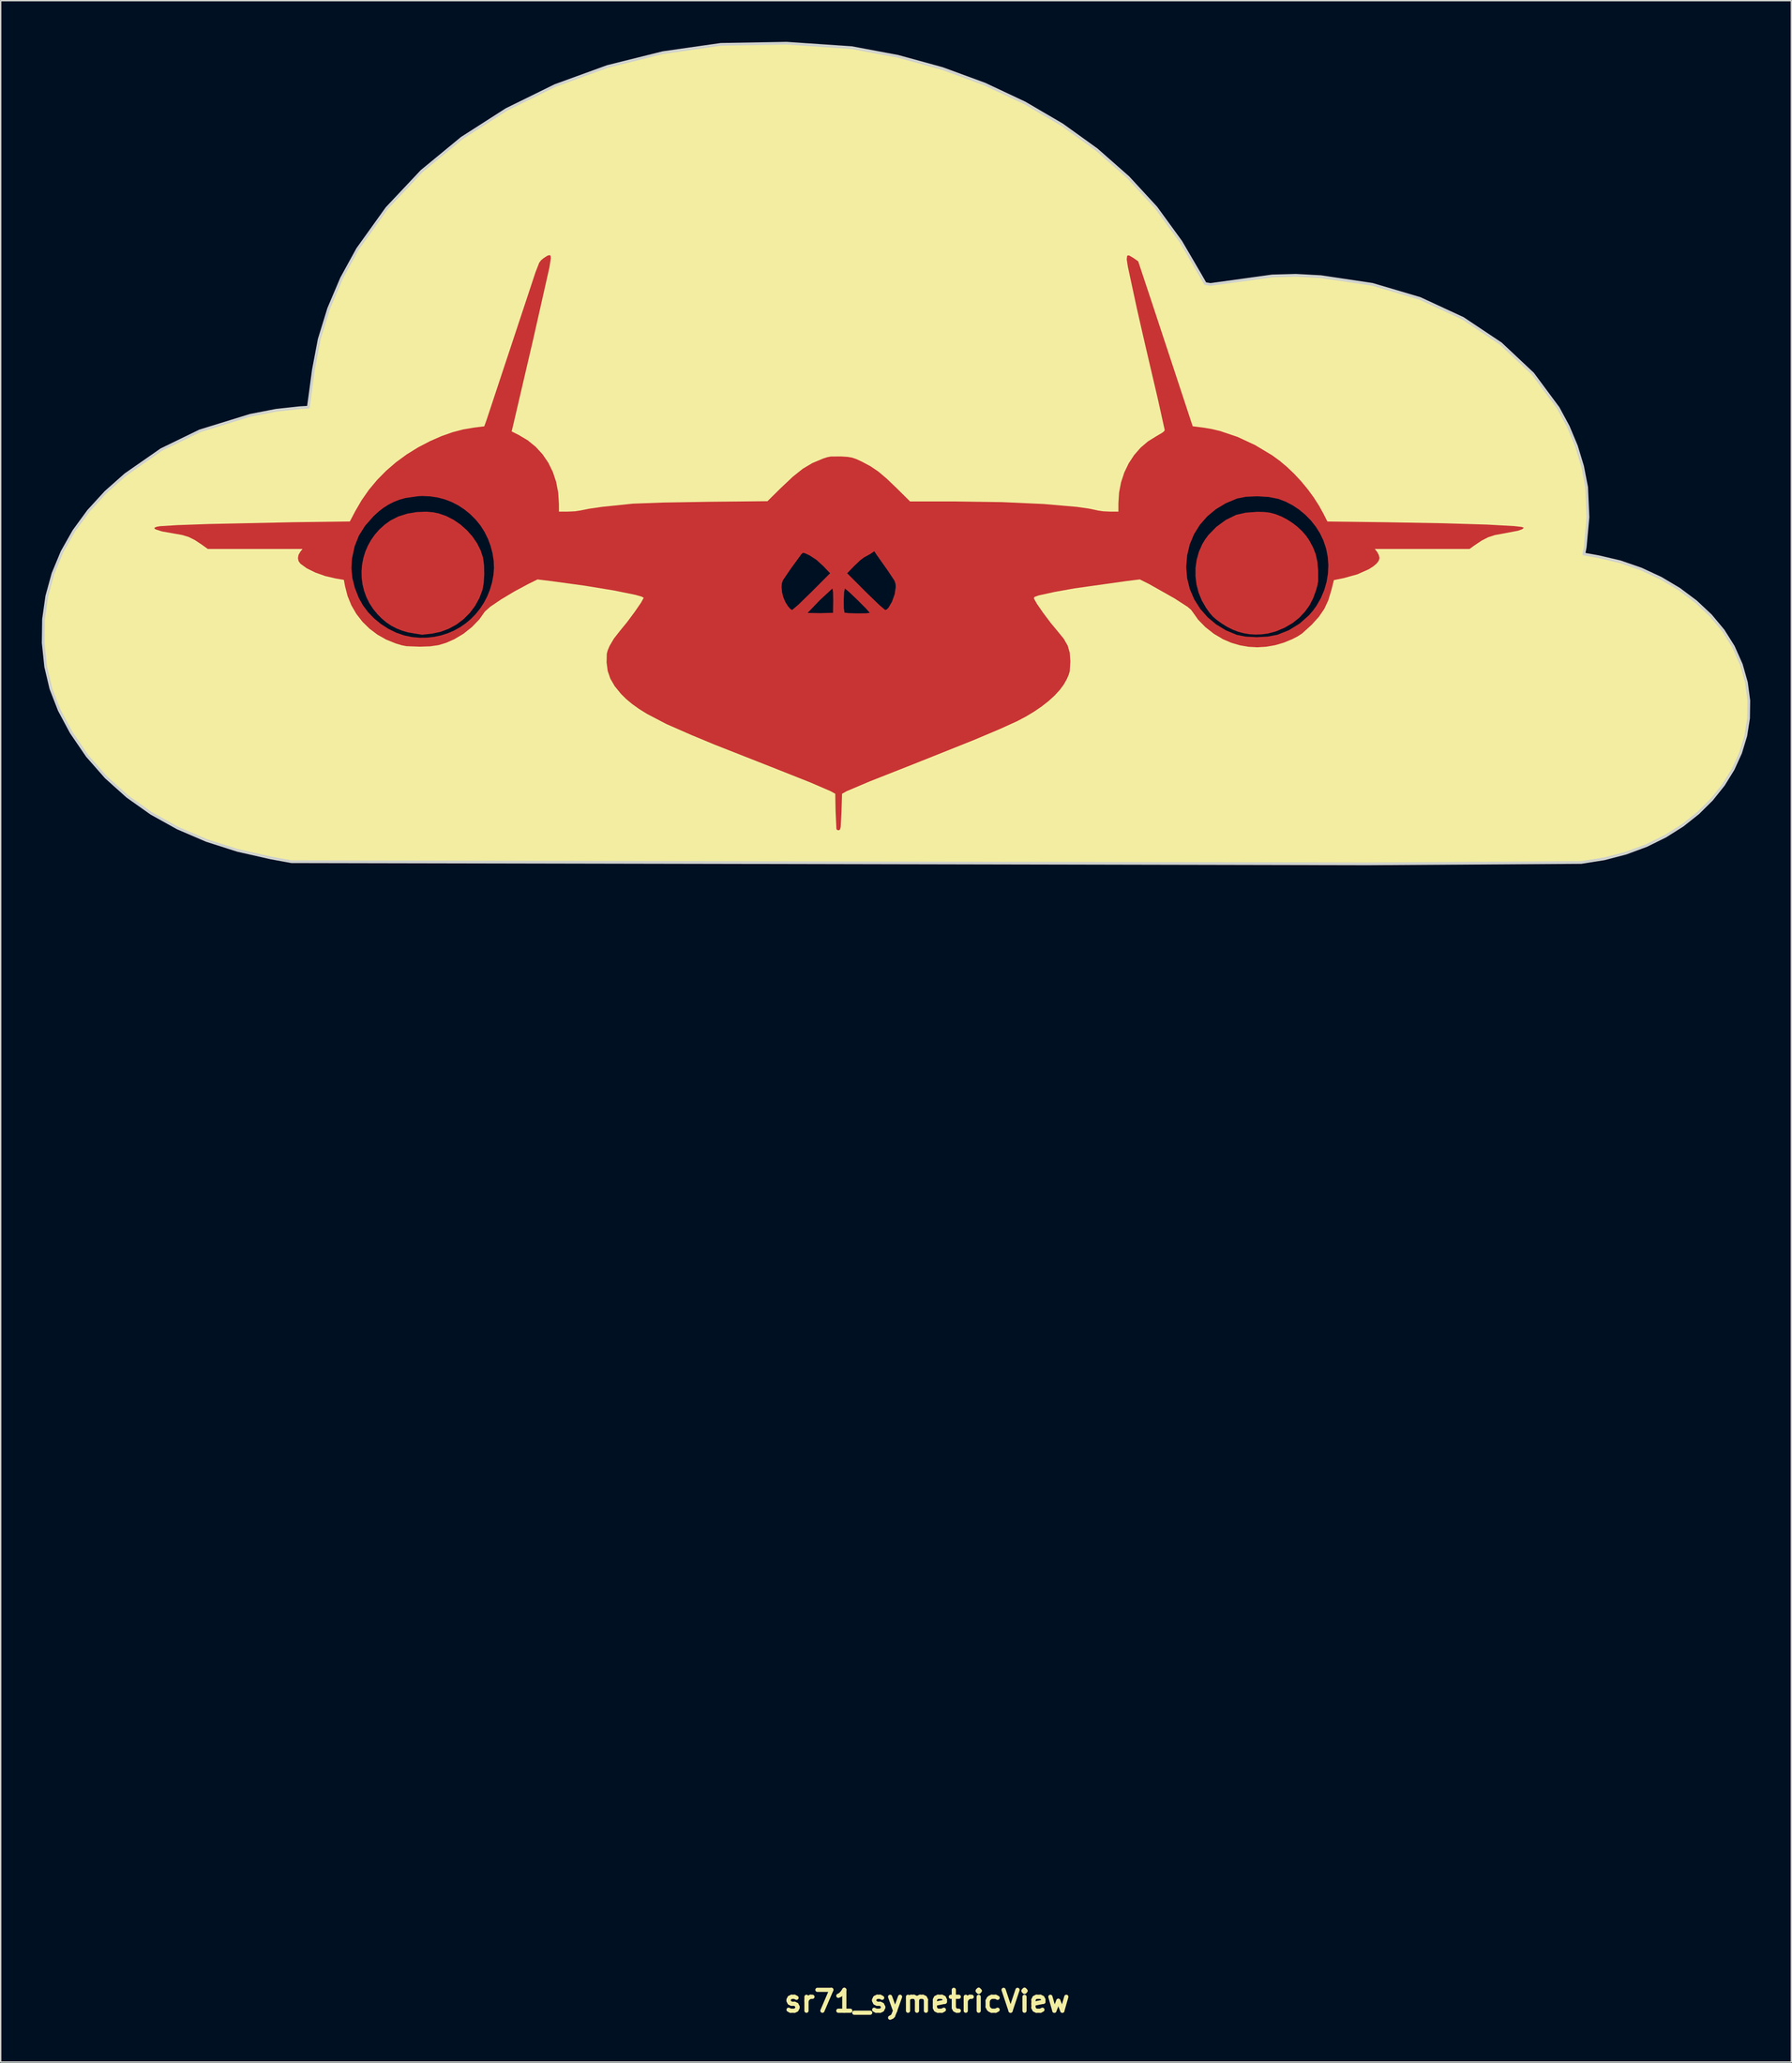
<source format=kicad_pcb>
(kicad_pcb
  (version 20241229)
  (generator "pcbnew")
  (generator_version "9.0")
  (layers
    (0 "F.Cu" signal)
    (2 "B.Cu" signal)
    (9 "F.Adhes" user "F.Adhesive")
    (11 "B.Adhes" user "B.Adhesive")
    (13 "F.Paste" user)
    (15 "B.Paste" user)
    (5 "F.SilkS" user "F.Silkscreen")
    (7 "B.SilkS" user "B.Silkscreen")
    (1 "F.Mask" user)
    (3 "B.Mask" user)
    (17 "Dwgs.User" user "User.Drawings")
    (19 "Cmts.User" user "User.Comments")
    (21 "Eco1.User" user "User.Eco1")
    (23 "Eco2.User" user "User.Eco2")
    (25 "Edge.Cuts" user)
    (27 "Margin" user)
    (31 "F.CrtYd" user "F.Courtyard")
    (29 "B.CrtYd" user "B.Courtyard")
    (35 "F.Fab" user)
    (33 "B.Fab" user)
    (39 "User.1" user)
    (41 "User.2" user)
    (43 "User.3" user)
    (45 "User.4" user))
  (footprint "sr71_symetricView"
    (layer "F.Cu")
    (at 64.521 34.069)
    (property "Reference" "sr71_symetricView" (at 0 108.725 0) (layer "F.SilkS") (effects (font (size 1.524 1.524) (thickness 0.305))))
    (attr exclude_from_pos_files exclude_from_bom)
    (fp_poly (pts (xy -36.484 0.171) (xy -37.187 0.196) (xy -37.883 0.314) (xy -38.534 0.52) (xy -39.103 0.809) (xy -39.527 1.113) (xy -39.905 1.455) (xy -40.238 1.829) (xy -40.522 2.232) (xy -40.759 2.658) (xy -40.948 3.104) (xy -41.087 3.564) (xy -41.177 4.035) (xy -41.217 4.513) (xy -41.206 4.992) (xy -41.144 5.469) (xy -41.029 5.939) (xy -40.863 6.397) (xy -40.643 6.84) (xy -40.369 7.262) (xy -40.041 7.66) (xy -39.722 7.977) (xy -39.391 8.251) (xy -39.04 8.485) (xy -38.666 8.68) (xy -38.263 8.841) (xy -37.824 8.969) (xy -36.822 9.137) (xy -36.081 9.06) (xy -36.081 9.059) (xy -35.449 8.924) (xy -34.849 8.698) (xy -34.29 8.39) (xy -33.78 8.006) (xy -33.326 7.553) (xy -32.939 7.039) (xy -32.626 6.471) (xy -32.396 5.857) (xy -32.307 5.36) (xy -32.269 4.722) (xy -32.284 4.073) (xy -32.353 3.544) (xy -32.527 3.003) (xy -32.79 2.478) (xy -33.13 1.98) (xy -33.537 1.521) (xy -33.999 1.111) (xy -34.505 0.763) (xy -35.044 0.486) (xy -35.604 0.293) (xy -36.032 0.209) (xy -36.484 0.171)) (stroke (width 0) (type solid)) (fill yes) (layer "F.Cu"))
    (fp_poly (pts (xy 24.095 0.179) (xy 23.232 0.243) (xy 22.544 0.4) (xy 21.79 0.77) (xy 21.105 1.269) (xy 20.521 1.866) (xy 20.278 2.194) (xy 20.072 2.535) (xy 19.827 3.088) (xy 19.664 3.669) (xy 19.579 4.268) (xy 19.576 4.875) (xy 19.651 5.479) (xy 19.804 6.07) (xy 20.035 6.638) (xy 20.344 7.173) (xy 20.603 7.538) (xy 20.835 7.806) (xy 21.105 8.042) (xy 21.481 8.312) (xy 21.87 8.556) (xy 22.264 8.756) (xy 22.667 8.914) (xy 23.078 9.027) (xy 23.498 9.098) (xy 23.928 9.126) (xy 24.371 9.113) (xy 24.827 9.057) (xy 25.437 8.896) (xy 26.07 8.628) (xy 26.661 8.284) (xy 27.146 7.897) (xy 27.56 7.453) (xy 27.886 7.002) (xy 28.142 6.512) (xy 28.349 5.953) (xy 28.461 5.563) (xy 28.519 5.242) (xy 28.518 4.427) (xy 28.46 3.804) (xy 28.344 3.276) (xy 28.151 2.778) (xy 27.864 2.247) (xy 27.625 1.904) (xy 27.335 1.574) (xy 27.003 1.265) (xy 26.636 0.982) (xy 26.246 0.732) (xy 25.84 0.521) (xy 25.429 0.357) (xy 25.02 0.245) (xy 24.596 0.191) (xy 24.095 0.179)) (stroke (width 0) (type solid)) (fill yes) (layer "F.Cu"))
    (fp_poly (pts (xy -10.232 -33.969) (xy -15.022 -33.885) (xy -19.247 -33.281) (xy -23.286 -32.274) (xy -27.101 -30.886) (xy -30.656 -29.139) (xy -33.911 -27.053) (xy -36.829 -24.65) (xy -39.372 -21.951) (xy -41.502 -18.978) (xy -42.672 -16.846) (xy -43.61 -14.638) (xy -44.3 -12.399) (xy -44.724 -10.174) (xy -44.991 -8.179) (xy -45.094 -7.443) (xy -45.706 -7.408) (xy -47.444 -7.219) (xy -49.326 -6.854) (xy -53.001 -5.719) (xy -55.814 -4.352) (xy -58.42 -2.54) (xy -59.867 -1.258) (xy -61.124 0.114) (xy -62.186 1.567) (xy -63.049 3.092) (xy -63.708 4.68) (xy -64.159 6.321) (xy -64.398 8.008) (xy -64.421 9.731) (xy -64.239 11.471) (xy -63.859 13.073) (xy -63.251 14.636) (xy -62.381 16.26) (xy -61.211 17.972) (xy -59.843 19.528) (xy -58.283 20.926) (xy -56.538 22.161) (xy -54.613 23.231) (xy -52.514 24.13) (xy -50.247 24.855) (xy -47.818 25.404) (xy -46.319 25.678) (xy -36.982 25.696) (xy -36.982 9.356) (xy -37.525 9.309) (xy -38.121 9.184) (xy -38.709 8.978) (xy -39.274 8.698) (xy -39.808 8.352) (xy -40.299 7.948) (xy -40.737 7.495) (xy -41.11 6.999) (xy -41.408 6.469) (xy -41.702 5.731) (xy -41.884 5.004) (xy -41.953 4.289) (xy -41.91 3.586) (xy -41.72 2.698) (xy -41.41 1.917) (xy -40.956 1.198) (xy -40.336 0.496) (xy -39.986 0.174) (xy -39.625 -0.106) (xy -39.251 -0.344) (xy -38.859 -0.543) (xy -38.45 -0.702) (xy -38.019 -0.824) (xy -37.084 -0.958) (xy -36.782 -0.97) (xy -36.226 -0.947) (xy -35.686 -0.867) (xy -35.163 -0.731) (xy -34.66 -0.54) (xy -34.179 -0.295) (xy -33.721 0.005) (xy -33.289 0.356) (xy -32.886 0.76) (xy -32.543 1.185) (xy -32.247 1.652) (xy -32 2.152) (xy -31.806 2.675) (xy -31.666 3.211) (xy -31.583 3.752) (xy -31.562 4.29) (xy -31.605 4.813) (xy -31.71 5.353) (xy -31.862 5.867) (xy -32.06 6.354) (xy -32.3 6.812) (xy -32.58 7.239) (xy -32.896 7.632) (xy -33.248 7.991) (xy -33.631 8.312) (xy -34.043 8.595) (xy -34.481 8.836) (xy -34.944 9.034) (xy -35.428 9.187) (xy -35.93 9.293) (xy -36.449 9.35) (xy -36.982 9.356) (xy -36.982 25.696) (xy -14.241 25.739) (xy -14.241 25.74) (xy -14.24 25.74) (xy -9.828 25.749) (xy -9.828 7.335) (xy -9.956 7.256) (xy -10.125 7.067) (xy -10.324 6.746) (xy -10.472 6.395) (xy -10.563 6.031) (xy -10.593 5.665) (xy -10.577 5.404) (xy -10.496 5.165) (xy -9.926 4.327) (xy -9.151 3.267) (xy -9.04 3.169) (xy -8.879 3.203) (xy -8.552 3.358) (xy -8.059 3.679) (xy -7.561 4.13) (xy -7.06 4.657) (xy -8.394 5.996) (xy -9.366 6.942) (xy -9.828 7.335) (xy -9.828 25.749) (xy -7.773 25.753) (xy -7.773 7.564) (xy -8.7 7.549) (xy -7.822 6.632) (xy -6.89 5.769) (xy -6.844 6.03) (xy -6.832 6.655) (xy -6.846 7.541) (xy -7.773 7.564) (xy -7.773 25.753) (xy -5.065 25.759) (xy -5.065 7.581) (xy -5.695 7.564) (xy -6.009 7.527) (xy -6.056 7.213) (xy -6.063 6.613) (xy -6.037 6.031) (xy -5.979 5.769) (xy -5.661 6.035) (xy -5.043 6.624) (xy -4.44 7.229) (xy -4.169 7.541) (xy -4.447 7.574) (xy -5.065 7.581) (xy -5.065 25.759) (xy -3.041 25.763) (xy -3.041 7.335) (xy -3.504 6.942) (xy -4.478 5.996) (xy -5.814 4.657) (xy -5.279 4.106) (xy -4.855 3.703) (xy -4.586 3.505) (xy -4.133 3.255) (xy -3.838 3.055) (xy -3.653 3.334) (xy -2.871 4.439) (xy -2.369 5.196) (xy -2.291 5.422) (xy -2.274 5.658) (xy -2.353 6.187) (xy -2.549 6.733) (xy -2.799 7.162) (xy -2.925 7.289) (xy -3.041 7.335) (xy -3.041 25.763) (xy 24.041 25.818) (xy 24.041 9.316) (xy 23.234 9.274) (xy 22.583 9.145) (xy 22.583 9.145) (xy 21.793 8.816) (xy 21.079 8.38) (xy 20.45 7.851) (xy 19.915 7.238) (xy 19.484 6.556) (xy 19.166 5.814) (xy 18.969 5.027) (xy 18.902 4.205) (xy 18.969 3.355) (xy 19.16 2.553) (xy 19.471 1.809) (xy 19.896 1.128) (xy 20.427 0.52) (xy 21.061 -0.007) (xy 21.79 -0.446) (xy 22.609 -0.788) (xy 23.257 -0.915) (xy 24.078 -0.952) (xy 24.916 -0.9) (xy 25.618 -0.761) (xy 26.15 -0.558) (xy 26.659 -0.293) (xy 27.141 0.028) (xy 27.588 0.4) (xy 27.994 0.817) (xy 28.354 1.273) (xy 28.659 1.761) (xy 28.904 2.276) (xy 29.098 2.859) (xy 29.217 3.46) (xy 29.262 4.071) (xy 29.233 4.685) (xy 29.132 5.294) (xy 28.959 5.891) (xy 28.715 6.469) (xy 28.401 7.019) (xy 28.138 7.384) (xy 27.844 7.724) (xy 27.171 8.322) (xy 26.399 8.798) (xy 25.545 9.14) (xy 24.859 9.271) (xy 24.041 9.316) (xy 24.041 25.818) (xy 32.155 25.835) (xy 47.697 25.734) (xy 49.382 25.467) (xy 50.971 25.051) (xy 51.147 24.985) (xy 51.147 18.825) (xy 41.147 18.825) (xy 41.147 13.824) (xy 51.147 13.824) (xy 51.147 18.825) (xy 51.147 24.985) (xy 52.459 24.498) (xy 53.835 23.819) (xy 55.092 23.025) (xy 56.223 22.129) (xy 57.218 21.142) (xy 58.072 20.074) (xy 58.773 18.937) (xy 59.316 17.742) (xy 59.693 16.502) (xy 59.894 15.227) (xy 59.912 13.928) (xy 59.739 12.617) (xy 59.368 11.306) (xy 58.789 10.005) (xy 58.053 8.833) (xy 57.137 7.735) (xy 56.06 6.725) (xy 54.843 5.815) (xy 53.507 5.02) (xy 52.07 4.352) (xy 50.555 3.826) (xy 48.981 3.455) (xy 47.89 3.258) (xy 47.986 2.753) (xy 48.188 0.569) (xy 48.091 -1.616) (xy 47.794 -3.142) (xy 47.346 -4.615) (xy 46.753 -6.031) (xy 46.022 -7.385) (xy 44.169 -9.885) (xy 41.837 -12.075) (xy 39.076 -13.918) (xy 35.935 -15.372) (xy 32.464 -16.398) (xy 28.714 -16.958) (xy 26.885 -17.055) (xy 25.164 -17.009) (xy 20.67 -16.387) (xy 20.29 -16.451) (xy 19.922 -17.095) (xy 18.516 -19.501) (xy 16.705 -21.992) (xy 14.668 -24.199) (xy 12.38 -26.213) (xy 9.859 -28.025) (xy 7.128 -29.622) (xy 4.207 -30.993) (xy 1.115 -32.128) (xy -2.124 -33.017) (xy -5.491 -33.647) (xy -10.232 -33.969)) (stroke (width 0) (type solid)) (fill yes) (layer "F.Cu"))
    (fp_poly (pts (xy -8.7 7.549) (xy -7.822 6.632) (xy -6.89 5.769) (xy -6.833 6.655) (xy -6.846 7.541) (xy -7.773 7.564) (xy -8.7 7.549) (xy -8.7 7.549)) (stroke (width 0) (type solid)) (fill yes) (layer "F.Mask"))
    (fp_poly (pts (xy -6.009 7.527) (xy -6.064 6.614) (xy -5.979 5.769) (xy -5.043 6.625) (xy -4.169 7.541) (xy -5.065 7.581) (xy -6.009 7.527) (xy -6.009 7.527)) (stroke (width 0) (type solid)) (fill yes) (layer "F.Mask"))
    (fp_poly (pts (xy -10.125 7.067) (xy -10.471 6.396) (xy -10.594 5.665) (xy -10.496 5.165) (xy -9.926 4.327) (xy -9.151 3.267) (xy -8.552 3.358) (xy -7.561 4.13) (xy -7.06 4.657) (xy -8.394 5.996) (xy -9.366 6.941) (xy -9.828 7.335) (xy -10.125 7.067) (xy -10.125 7.067)) (stroke (width 0) (type solid)) (fill yes) (layer "F.Mask"))
    (fp_poly (pts (xy -4.477 5.996) (xy -5.814 4.657) (xy -5.279 4.106) (xy -4.586 3.505) (xy -4.133 3.255) (xy -3.839 3.055) (xy -3.653 3.334) (xy -3.347 3.774) (xy -2.871 4.439) (xy -2.369 5.196) (xy -2.274 5.658) (xy -2.549 6.733) (xy -3.041 7.335) (xy -3.504 6.941) (xy -4.477 5.996)) (stroke (width 0) (type solid)) (fill yes) (layer "F.Mask"))
    (fp_poly (pts (xy 24.078 -0.952) (xy 23.257 -0.915) (xy 22.609 -0.788) (xy 21.79 -0.445) (xy 21.061 -0.007) (xy 20.427 0.52) (xy 19.896 1.128) (xy 19.471 1.809) (xy 19.16 2.553) (xy 18.969 3.355) (xy 18.902 4.205) (xy 18.969 5.027) (xy 19.166 5.814) (xy 19.484 6.555) (xy 19.915 7.238) (xy 20.449 7.85) (xy 21.078 8.38) (xy 21.793 8.816) (xy 22.583 9.145) (xy 22.583 9.145) (xy 23.235 9.274) (xy 23.929 9.31) (xy 23.929 9.127) (xy 23.498 9.098) (xy 23.078 9.027) (xy 22.667 8.913) (xy 22.265 8.756) (xy 21.87 8.556) (xy 21.481 8.312) (xy 21.105 8.042) (xy 20.835 7.806) (xy 20.603 7.538) (xy 20.344 7.173) (xy 20.035 6.638) (xy 19.804 6.07) (xy 19.65 5.479) (xy 19.576 4.875) (xy 19.58 4.268) (xy 19.663 3.669) (xy 19.827 3.088) (xy 20.072 2.535) (xy 20.278 2.194) (xy 20.521 1.867) (xy 21.105 1.269) (xy 21.79 0.77) (xy 22.544 0.4) (xy 23.232 0.243) (xy 24.095 0.179) (xy 24.095 0.179) (xy 24.596 0.191) (xy 25.02 0.245) (xy 25.428 0.357) (xy 25.84 0.522) (xy 26.246 0.732) (xy 26.636 0.982) (xy 27.003 1.265) (xy 27.335 1.574) (xy 27.625 1.904) (xy 27.864 2.247) (xy 28.151 2.777) (xy 28.344 3.275) (xy 28.46 3.804) (xy 28.518 4.427) (xy 28.519 5.242) (xy 28.461 5.563) (xy 28.349 5.953) (xy 28.142 6.512) (xy 27.886 7.002) (xy 27.56 7.452) (xy 27.146 7.897) (xy 26.661 8.284) (xy 26.07 8.628) (xy 25.437 8.896) (xy 24.827 9.057) (xy 24.371 9.113) (xy 23.929 9.127) (xy 23.929 9.31) (xy 24.041 9.316) (xy 24.859 9.271) (xy 25.545 9.14) (xy 26.399 8.798) (xy 27.171 8.322) (xy 27.844 7.725) (xy 28.138 7.385) (xy 28.401 7.019) (xy 28.715 6.469) (xy 28.959 5.891) (xy 29.132 5.294) (xy 29.233 4.685) (xy 29.262 4.071) (xy 29.217 3.46) (xy 29.098 2.859) (xy 28.904 2.276) (xy 28.659 1.761) (xy 28.353 1.272) (xy 27.994 0.817) (xy 27.588 0.4) (xy 27.141 0.028) (xy 26.659 -0.293) (xy 26.15 -0.558) (xy 25.618 -0.761) (xy 24.916 -0.9) (xy 24.078 -0.952) (xy 24.078 -0.952)) (stroke (width 0) (type solid)) (fill yes) (layer "F.Mask"))
    (fp_poly (pts (xy -36.782 -0.97) (xy -37.084 -0.958) (xy -38.019 -0.824) (xy -38.45 -0.702) (xy -38.859 -0.543) (xy -39.251 -0.344) (xy -39.625 -0.106) (xy -39.987 0.174) (xy -40.336 0.496) (xy -40.956 1.198) (xy -41.41 1.917) (xy -41.72 2.698) (xy -41.91 3.586) (xy -41.953 4.289) (xy -41.884 5.004) (xy -41.702 5.731) (xy -41.408 6.469) (xy -41.11 6.999) (xy -40.737 7.494) (xy -40.299 7.948) (xy -39.808 8.352) (xy -39.274 8.698) (xy -38.709 8.978) (xy -38.122 9.184) (xy -37.525 9.309) (xy -36.982 9.356) (xy -36.822 9.354) (xy -36.822 9.137) (xy -37.824 8.97) (xy -38.263 8.842) (xy -38.666 8.681) (xy -39.04 8.485) (xy -39.391 8.251) (xy -39.722 7.977) (xy -40.041 7.66) (xy -40.369 7.262) (xy -40.643 6.84) (xy -40.863 6.397) (xy -41.03 5.939) (xy -41.144 5.469) (xy -41.206 4.992) (xy -41.217 4.513) (xy -41.177 4.036) (xy -41.087 3.564) (xy -40.948 3.104) (xy -40.759 2.658) (xy -40.522 2.232) (xy -40.237 1.829) (xy -39.906 1.455) (xy -39.527 1.113) (xy -39.103 0.809) (xy -38.535 0.521) (xy -37.883 0.314) (xy -37.187 0.196) (xy -36.484 0.171) (xy -36.484 0.171) (xy -36.484 0.171) (xy -36.032 0.209) (xy -35.604 0.293) (xy -35.044 0.486) (xy -34.505 0.763) (xy -33.999 1.111) (xy -33.537 1.521) (xy -33.13 1.98) (xy -32.79 2.478) (xy -32.527 3.003) (xy -32.353 3.544) (xy -32.284 4.073) (xy -32.269 4.722) (xy -32.307 5.36) (xy -32.396 5.857) (xy -32.626 6.472) (xy -32.939 7.039) (xy -33.327 7.553) (xy -33.78 8.006) (xy -34.29 8.39) (xy -34.849 8.698) (xy -35.449 8.924) (xy -36.081 9.059) (xy -36.081 9.06) (xy -36.822 9.137) (xy -36.822 9.354) (xy -36.449 9.35) (xy -35.931 9.293) (xy -35.428 9.187) (xy -34.944 9.034) (xy -34.481 8.836) (xy -34.043 8.595) (xy -33.631 8.312) (xy -33.248 7.991) (xy -32.897 7.632) (xy -32.58 7.239) (xy -32.3 6.812) (xy -32.06 6.354) (xy -31.863 5.867) (xy -31.71 5.353) (xy -31.605 4.813) (xy -31.562 4.289) (xy -31.583 3.752) (xy -31.666 3.211) (xy -31.805 2.675) (xy -32 2.152) (xy -32.247 1.653) (xy -32.543 1.185) (xy -32.886 0.76) (xy -33.289 0.356) (xy -33.721 0.004) (xy -34.179 -0.294) (xy -34.66 -0.54) (xy -35.163 -0.731) (xy -35.686 -0.867) (xy -36.226 -0.947) (xy -36.782 -0.97) (xy -36.782 -0.97) (xy -36.782 -0.97)) (stroke (width 0) (type solid)) (fill yes) (layer "F.Mask"))
    (fp_poly (pts (xy -10.232 -33.969) (xy -15.022 -33.885) (xy -19.247 -33.281) (xy -23.286 -32.274) (xy -27.101 -30.886) (xy -30.656 -29.139) (xy -33.911 -27.053) (xy -36.829 -24.65) (xy -39.372 -21.951) (xy -41.502 -18.978) (xy -42.672 -16.846) (xy -43.61 -14.638) (xy -44.3 -12.399) (xy -44.724 -10.174) (xy -44.991 -8.179) (xy -45.094 -7.443) (xy -45.706 -7.408) (xy -47.444 -7.219) (xy -49.326 -6.854) (xy -53.001 -5.719) (xy -55.814 -4.352) (xy -58.42 -2.54) (xy -59.867 -1.258) (xy -61.124 0.114) (xy -62.186 1.567) (xy -63.049 3.092) (xy -63.708 4.68) (xy -64.159 6.321) (xy -64.398 8.008) (xy -64.421 9.731) (xy -64.239 11.471) (xy -63.859 13.073) (xy -63.251 14.636) (xy -62.381 16.26) (xy -61.211 17.972) (xy -59.843 19.528) (xy -58.283 20.926) (xy -56.538 22.161) (xy -54.613 23.231) (xy -52.514 24.13) (xy -50.247 24.855) (xy -47.818 25.404) (xy -46.319 25.678) (xy -14.241 25.739) (xy -14.241 25.74) (xy -14.24 25.74) (xy -6.414 25.756) (xy -6.414 23.386) (xy -6.528 23.373) (xy -6.598 23.304) (xy -6.66 21.961) (xy -6.682 20.728) (xy -7.011 20.543) (xy -8.515 19.895) (xy -11.419 18.744) (xy -15.498 17.139) (xy -17.186 16.438) (xy -18.989 15.647) (xy -20.402 14.909) (xy -20.981 14.549) (xy -21.485 14.19) (xy -21.921 13.826) (xy -22.298 13.453) (xy -22.758 12.89) (xy -23.078 12.34) (xy -23.272 11.773) (xy -23.352 11.161) (xy -23.337 10.518) (xy -23.268 10.267) (xy -23.139 9.962) (xy -22.815 9.411) (xy -22.358 8.83) (xy -21.865 8.228) (xy -21.302 7.471) (xy -20.839 6.798) (xy -20.647 6.446) (xy -20.804 6.356) (xy -21.245 6.232) (xy -22.804 5.915) (xy -24.967 5.56) (xy -27.38 5.23) (xy -28.386 5.107) (xy -29.063 5.441) (xy -30.066 5.978) (xy -31.056 6.572) (xy -31.838 7.102) (xy -32.223 7.445) (xy -32.631 8.021) (xy -33.168 8.576) (xy -33.789 9.07) (xy -34.447 9.461) (xy -35.055 9.73) (xy -35.613 9.897) (xy -36.216 9.983) (xy -36.96 10.009) (xy -37.94 9.972) (xy -38.298 9.901) (xy -38.716 9.775) (xy -39.414 9.494) (xy -40.058 9.131) (xy -40.64 8.692) (xy -41.155 8.185) (xy -41.596 7.616) (xy -41.958 6.992) (xy -42.233 6.32) (xy -42.417 5.607) (xy -42.505 5.138) (xy -43.119 5.035) (xy -43.866 4.86) (xy -44.587 4.604) (xy -45.212 4.294) (xy -45.673 3.96) (xy -45.806 3.774) (xy -45.852 3.556) (xy -45.813 3.326) (xy -45.688 3.103) (xy -45.517 2.886) (xy -48.97 2.886) (xy -52.423 2.886) (xy -52.869 2.567) (xy -53.371 2.235) (xy -53.818 2.013) (xy -54.295 1.867) (xy -54.887 1.763) (xy -55.755 1.611) (xy -56.233 1.459) (xy -56.316 1.389) (xy -56.289 1.326) (xy -56.149 1.27) (xy -55.893 1.226) (xy -54.654 1.15) (xy -52.344 1.068) (xy -46.168 0.938) (xy -42.069 0.884) (xy -41.67 0.127) (xy -41.203 -0.676) (xy -40.671 -1.435) (xy -40.075 -2.149) (xy -39.417 -2.816) (xy -38.7 -3.434) (xy -37.925 -4.001) (xy -37.094 -4.516) (xy -36.209 -4.977) (xy -35.379 -5.339) (xy -34.581 -5.621) (xy -33.802 -5.824) (xy -33.03 -5.955) (xy -32.271 -6.048) (xy -32.105 -6.504) (xy -28.53 -17.292) (xy -28.263 -17.974) (xy -28.129 -18.152) (xy -27.95 -18.301) (xy -27.681 -18.478) (xy -27.509 -18.531) (xy -27.509 -18.531) (xy -27.509 -18.531) (xy -27.434 -18.471) (xy -27.414 -18.307) (xy -27.52 -17.63) (xy -28.757 -12.151) (xy -28.922 -11.451) (xy -30.157 -6.155) (xy -30.273 -5.679) (xy -29.765 -5.425) (xy -29.108 -5.035) (xy -28.527 -4.563) (xy -28.024 -4.017) (xy -27.604 -3.402) (xy -27.271 -2.725) (xy -27.027 -1.993) (xy -26.878 -1.213) (xy -26.827 -0.39) (xy -26.826 0.166) (xy -26.187 0.166) (xy -25.651 0.142) (xy -25.26 0.082) (xy -24.649 -0.042) (xy -23.679 -0.183) (xy -21.429 -0.415) (xy -19.252 -0.494) (xy -15.868 -0.551) (xy -11.625 -0.593) (xy -10.678 -1.528) (xy -9.783 -2.373) (xy -9.052 -2.957) (xy -8.357 -3.37) (xy -7.568 -3.702) (xy -7.273 -3.798) (xy -7.003 -3.85) (xy -6.25 -3.854) (xy -5.794 -3.825) (xy -5.462 -3.771) (xy -5.148 -3.664) (xy -4.745 -3.478) (xy -4.113 -3.14) (xy -3.543 -2.754) (xy -2.934 -2.24) (xy -2.184 -1.521) (xy -1.229 -0.575) (xy 2.018 -0.575) (xy 5.468 -0.526) (xy 8.509 -0.39) (xy 10.919 -0.182) (xy 11.817 -0.054) (xy 12.474 0.086) (xy 12.854 0.142) (xy 13.36 0.166) (xy 13.958 0.167) (xy 13.958 -0.444) (xy 14.007 -1.222) (xy 14.152 -1.972) (xy 14.387 -2.685) (xy 14.706 -3.349) (xy 15.104 -3.955) (xy 15.573 -4.492) (xy 16.11 -4.95) (xy 16.707 -5.32) (xy 17.165 -5.59) (xy 17.291 -5.696) (xy 17.335 -5.773) (xy 16.833 -8.039) (xy 16.208 -10.709) (xy 15.978 -11.698) (xy 15.739 -12.727) (xy 15.316 -14.582) (xy 14.644 -17.697) (xy 14.565 -18.211) (xy 14.594 -18.468) (xy 14.655 -18.509) (xy 14.75 -18.496) (xy 15.049 -18.322) (xy 15.399 -18.076) (xy 16.193 -15.691) (xy 18.179 -9.679) (xy 19.373 -6.054) (xy 20.146 -5.956) (xy 20.75 -5.856) (xy 21.37 -5.709) (xy 22.641 -5.28) (xy 23.918 -4.686) (xy 25.162 -3.941) (xy 25.711 -3.541) (xy 26.253 -3.086) (xy 26.779 -2.583) (xy 27.283 -2.041) (xy 27.755 -1.47) (xy 28.19 -0.878) (xy 28.578 -0.273) (xy 28.914 0.335) (xy 29.19 0.885) (xy 33.459 0.94) (xy 37.653 1.014) (xy 40.832 1.11) (xy 42.838 1.222) (xy 43.353 1.282) (xy 43.515 1.343) (xy 43.388 1.451) (xy 43.086 1.559) (xy 42.002 1.765) (xy 41.408 1.873) (xy 40.912 2.033) (xy 40.433 2.279) (xy 39.891 2.643) (xy 39.556 2.886) (xy 36.102 2.886) (xy 32.648 2.886) (xy 32.819 3.103) (xy 32.94 3.323) (xy 32.99 3.549) (xy 32.935 3.745) (xy 32.779 3.951) (xy 32.533 4.159) (xy 32.21 4.364) (xy 31.378 4.736) (xy 30.378 5.013) (xy 29.667 5.156) (xy 29.483 5.887) (xy 29.258 6.627) (xy 28.968 7.251) (xy 28.577 7.824) (xy 28.047 8.412) (xy 27.346 9.047) (xy 27.026 9.257) (xy 26.646 9.454) (xy 26.017 9.714) (xy 25.378 9.901) (xy 24.733 10.013) (xy 24.087 10.052) (xy 23.445 10.017) (xy 22.811 9.907) (xy 22.189 9.724) (xy 21.585 9.466) (xy 20.919 9.071) (xy 20.299 8.584) (xy 19.772 8.044) (xy 19.382 7.494) (xy 19.246 7.314) (xy 19.007 7.109) (xy 18.047 6.489) (xy 16.201 5.447) (xy 15.519 5.106) (xy 14.512 5.23) (xy 10.772 5.757) (xy 9.299 6.02) (xy 8.154 6.271) (xy 7.858 6.376) (xy 7.804 6.434) (xy 7.801 6.501) (xy 8.016 6.883) (xy 8.469 7.538) (xy 9.012 8.261) (xy 9.498 8.849) (xy 9.968 9.423) (xy 10.262 9.934) (xy 10.413 10.46) (xy 10.456 11.084) (xy 10.412 11.796) (xy 10.331 12.066) (xy 10.188 12.39) (xy 9.965 12.782) (xy 9.666 13.18) (xy 9.297 13.579) (xy 8.861 13.975) (xy 8.366 14.363) (xy 7.814 14.74) (xy 7.212 15.102) (xy 6.565 15.443) (xy 5.308 16.013) (xy 3.391 16.823) (xy -1.12 18.624) (xy -4.17 19.825) (xy -5.858 20.542) (xy -6.187 20.728) (xy -6.228 22.043) (xy -6.287 23.143) (xy -6.336 23.33) (xy -6.414 23.386) (xy -6.414 25.756) (xy 32.155 25.835) (xy 47.697 25.734) (xy 49.382 25.467) (xy 50.971 25.051) (xy 52.459 24.498) (xy 53.835 23.819) (xy 55.092 23.025) (xy 56.223 22.129) (xy 57.218 21.142) (xy 58.072 20.074) (xy 58.773 18.937) (xy 59.316 17.742) (xy 59.693 16.502) (xy 59.894 15.227) (xy 59.912 13.928) (xy 59.739 12.617) (xy 59.368 11.306) (xy 58.789 10.005) (xy 58.053 8.833) (xy 57.137 7.735) (xy 56.06 6.725) (xy 54.843 5.815) (xy 53.507 5.02) (xy 52.07 4.352) (xy 50.555 3.826) (xy 48.981 3.455) (xy 47.89 3.258) (xy 47.986 2.753) (xy 48.188 0.569) (xy 48.091 -1.616) (xy 47.794 -3.142) (xy 47.346 -4.615) (xy 46.753 -6.031) (xy 46.022 -7.385) (xy 44.169 -9.885) (xy 41.837 -12.075) (xy 39.076 -13.918) (xy 35.935 -15.372) (xy 32.464 -16.398) (xy 28.714 -16.958) (xy 26.885 -17.055) (xy 25.164 -17.009) (xy 20.67 -16.387) (xy 20.29 -16.451) (xy 19.922 -17.095) (xy 18.516 -19.501) (xy 16.705 -21.992) (xy 14.668 -24.199) (xy 12.38 -26.213) (xy 9.859 -28.025) (xy 7.128 -29.622) (xy 4.207 -30.993) (xy 1.115 -32.128) (xy -2.124 -33.017) (xy -5.491 -33.647) (xy -10.232 -33.969)) (stroke (width 0) (type solid)) (fill yes) (layer "F.SilkS"))
    (fp_poly (pts (xy -14.241 25.74) (xy -46.319 25.678) (xy -47.818 25.404) (xy -50.247 24.855) (xy -52.514 24.13) (xy -54.613 23.23) (xy -56.538 22.161) (xy -58.283 20.926) (xy -59.843 19.528) (xy -61.211 17.972) (xy -62.381 16.26) (xy -63.251 14.636) (xy -63.859 13.073) (xy -64.239 11.471) (xy -64.421 9.731) (xy -64.398 8.008) (xy -64.159 6.322) (xy -63.708 4.68) (xy -63.049 3.092) (xy -62.186 1.567) (xy -61.124 0.114) (xy -59.867 -1.258) (xy -58.42 -2.54) (xy -55.814 -4.352) (xy -53.001 -5.719) (xy -49.326 -6.854) (xy -47.444 -7.219) (xy -45.706 -7.408) (xy -45.094 -7.443) (xy -44.991 -8.179) (xy -44.724 -10.174) (xy -44.3 -12.399) (xy -43.61 -14.638) (xy -42.672 -16.846) (xy -41.502 -18.978) (xy -39.372 -21.951) (xy -36.829 -24.65) (xy -33.911 -27.053) (xy -30.656 -29.139) (xy -27.101 -30.886) (xy -23.286 -32.274) (xy -19.247 -33.281) (xy -15.022 -33.885) (xy -10.232 -33.969) (xy -5.492 -33.647) (xy -2.124 -33.017) (xy 1.115 -32.128) (xy 4.206 -30.993) (xy 7.128 -29.621) (xy 9.859 -28.025) (xy 12.38 -26.213) (xy 14.668 -24.199) (xy 16.704 -21.992) (xy 18.516 -19.501) (xy 19.922 -17.095) (xy 20.29 -16.451) (xy 20.67 -16.387) (xy 25.164 -17.009) (xy 26.885 -17.056) (xy 28.714 -16.958) (xy 32.464 -16.398) (xy 35.935 -15.372) (xy 39.076 -13.917) (xy 41.837 -12.075) (xy 44.169 -9.885) (xy 46.022 -7.385) (xy 46.753 -6.031) (xy 47.346 -4.615) (xy 47.794 -3.142) (xy 48.091 -1.616) (xy 48.188 0.569) (xy 47.986 2.753) (xy 47.89 3.258) (xy 48.981 3.455) (xy 50.555 3.826) (xy 52.071 4.352) (xy 53.507 5.02) (xy 54.843 5.815) (xy 56.06 6.725) (xy 57.137 7.735) (xy 58.053 8.833) (xy 58.789 10.005) (xy 59.367 11.306) (xy 59.739 12.617) (xy 59.912 13.928) (xy 59.894 15.227) (xy 59.693 16.502) (xy 59.316 17.742) (xy 58.773 18.937) (xy 58.071 20.074) (xy 57.218 21.142) (xy 56.223 22.129) (xy 55.092 23.026) (xy 53.835 23.819) (xy 52.458 24.498) (xy 50.971 25.051) (xy 49.381 25.467) (xy 47.697 25.734) (xy 32.155 25.835) (xy -14.24 25.74) (xy -14.241 25.74)) (stroke (width 0.2) (type solid)) (fill no) (layer "Edge.Cuts")))
  (gr_rect
    (start -3 -3)
    (end 127.533 147.221)
    (stroke (width 0.1) (type default))
    (fill no)
    (layer "Edge.Cuts")))
</source>
